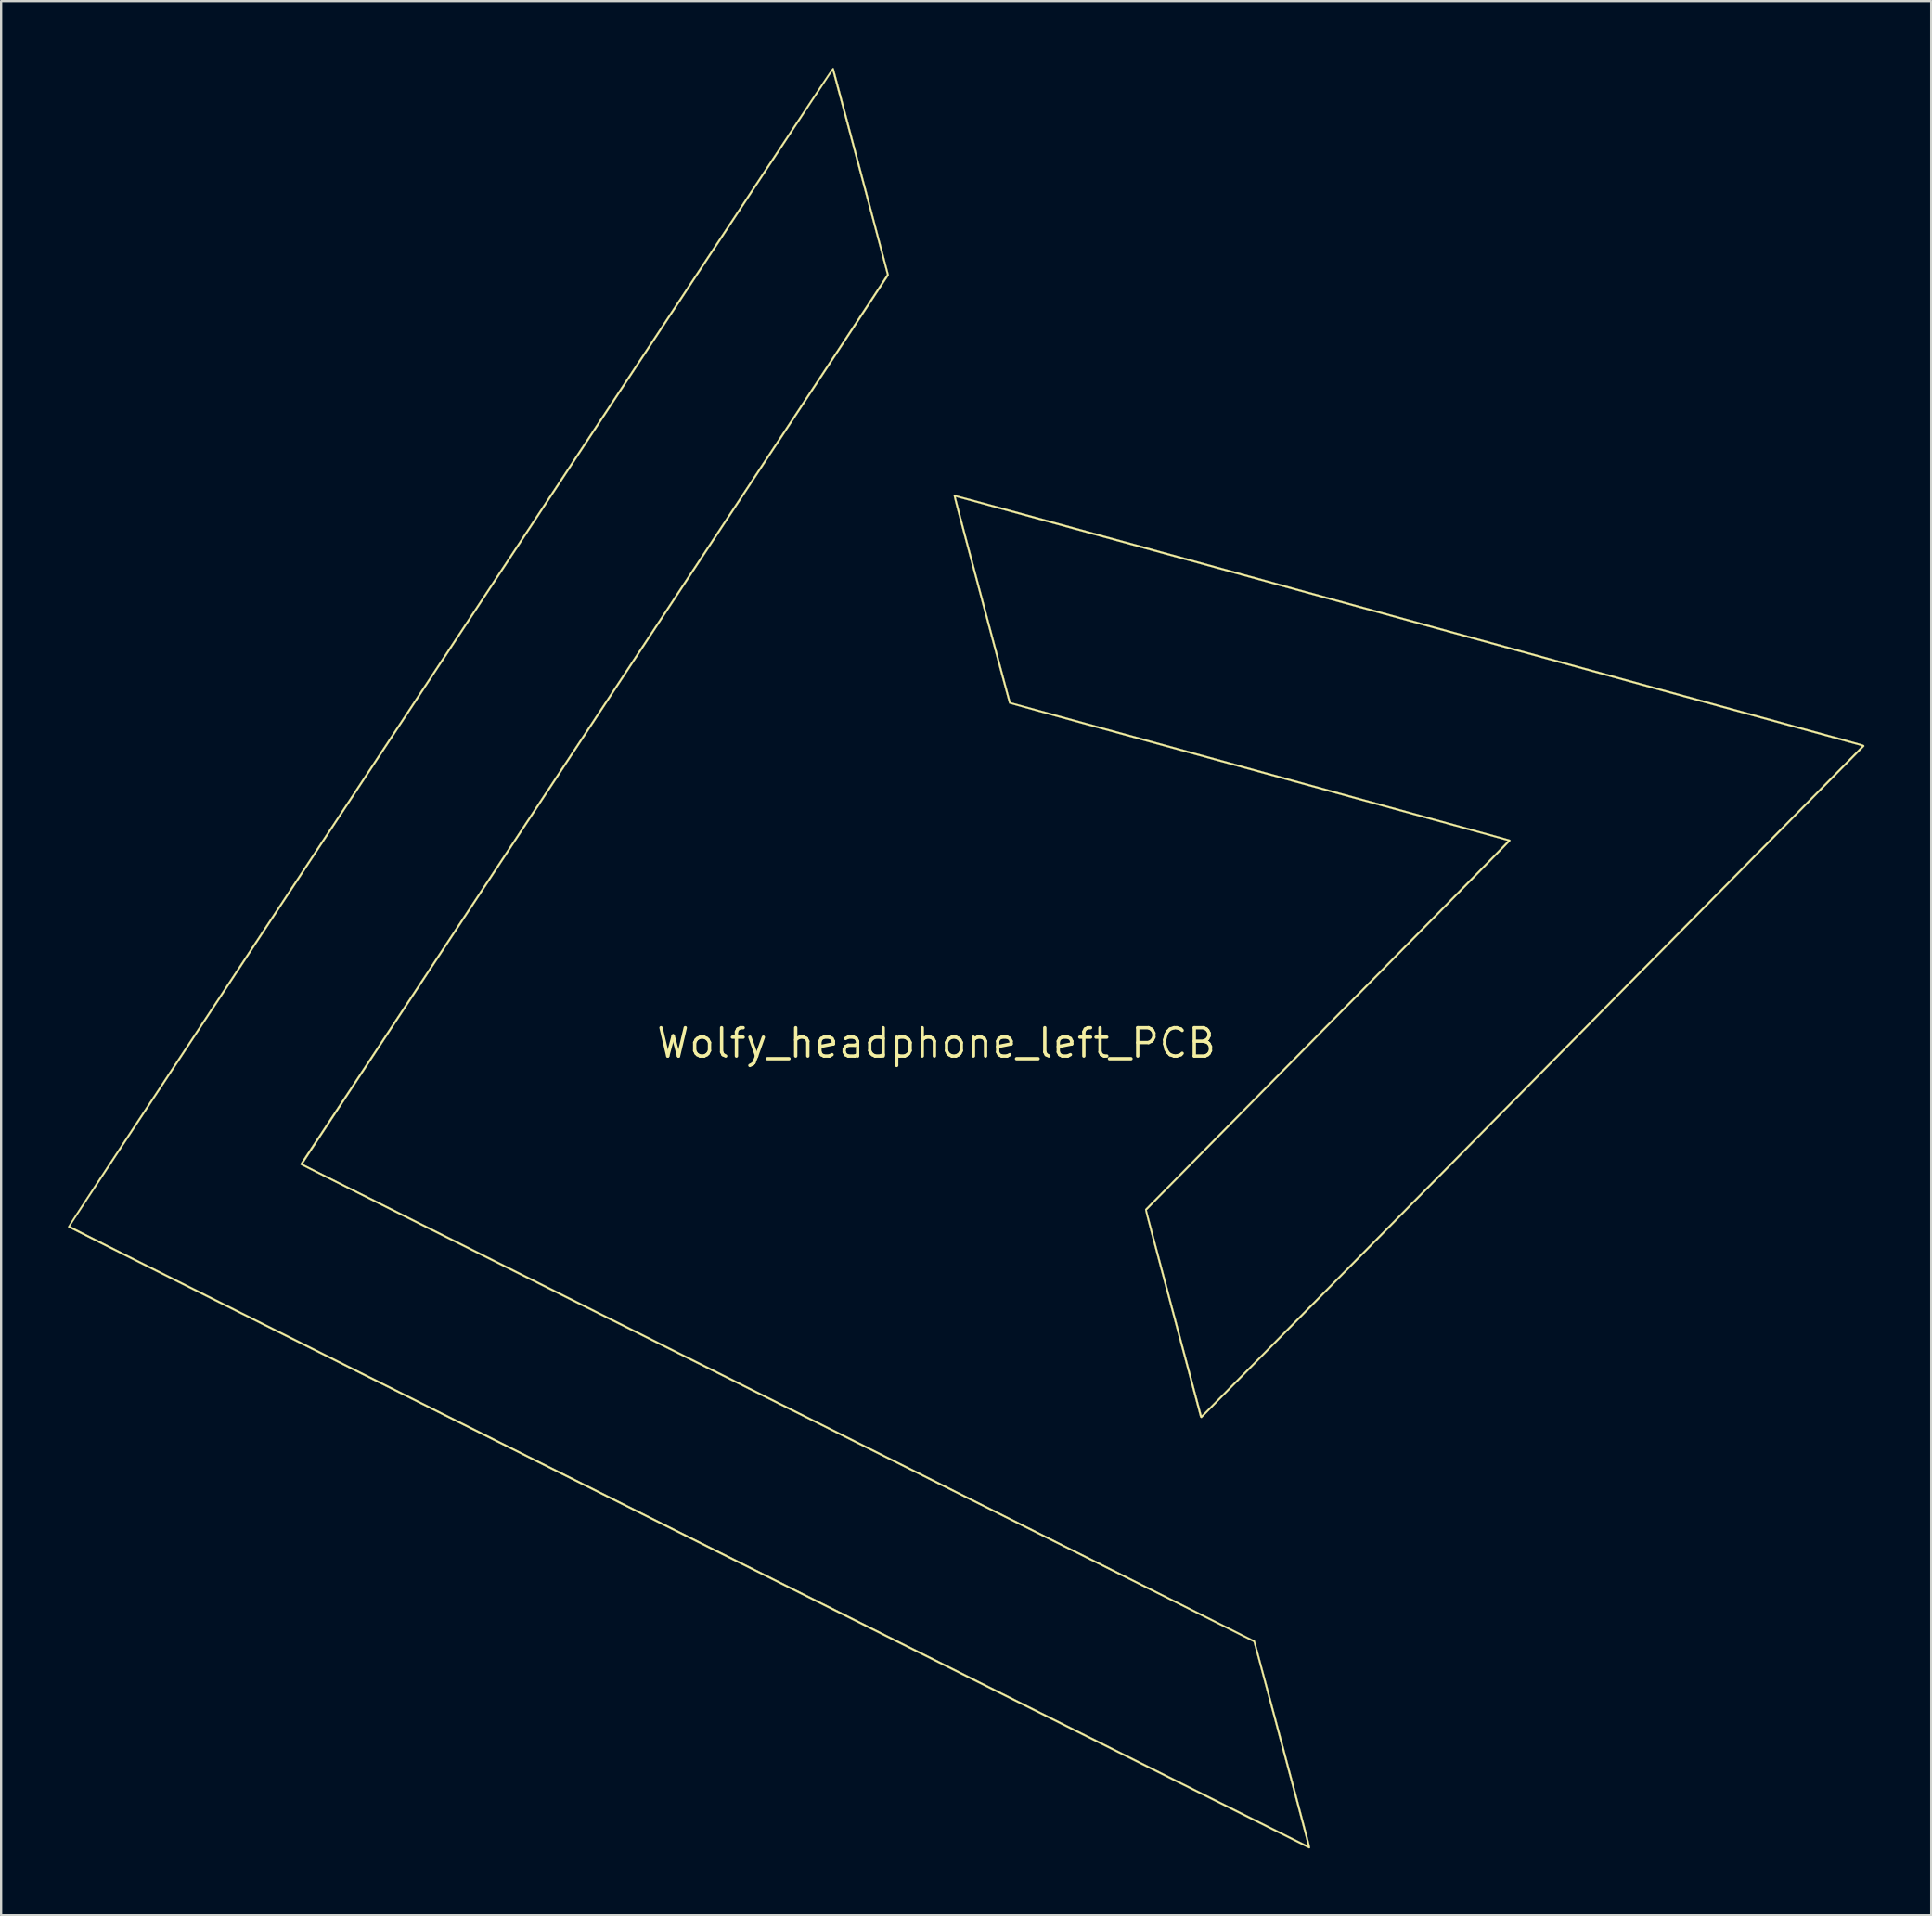
<source format=kicad_pcb>
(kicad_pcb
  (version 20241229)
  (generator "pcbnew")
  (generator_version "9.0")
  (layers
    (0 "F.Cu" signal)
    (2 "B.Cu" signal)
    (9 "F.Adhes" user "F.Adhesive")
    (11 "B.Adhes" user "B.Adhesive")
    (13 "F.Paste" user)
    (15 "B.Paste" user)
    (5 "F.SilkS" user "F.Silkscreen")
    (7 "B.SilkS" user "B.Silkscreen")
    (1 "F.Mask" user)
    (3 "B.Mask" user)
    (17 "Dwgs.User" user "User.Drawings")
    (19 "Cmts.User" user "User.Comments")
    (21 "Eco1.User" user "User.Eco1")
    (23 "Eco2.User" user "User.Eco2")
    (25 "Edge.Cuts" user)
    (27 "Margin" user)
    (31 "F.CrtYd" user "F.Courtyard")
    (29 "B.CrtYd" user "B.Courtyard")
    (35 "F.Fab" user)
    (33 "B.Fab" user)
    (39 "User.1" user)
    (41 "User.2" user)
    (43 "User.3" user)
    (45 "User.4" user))
  (footprint "Wolfy_headphone_left_PCB"
    (layer "F.Cu")
    (at 40.504 41.651)
    (property "Reference" "Wolfy_headphone_left_PCB" (at -1.5 2.15 0) (layer "F.SilkS") (effects (font (size 1.27 1.27) (thickness 0.15))))
    (attr through_hole)
    (fp_poly (pts (xy -0.703 -22.468) (xy -0.696 -22.467) (xy -0.686 -22.465) (xy -0.674 -22.463) (xy -0.658 -22.46) (xy -0.639 -22.456) (xy -0.616 -22.451) (xy -0.589 -22.444) (xy -0.557 -22.436) (xy -0.52 -22.427) (xy -0.478 -22.416) (xy -0.429 -22.404) (xy -0.375 -22.39) (xy -0.314 -22.373) (xy -0.246 -22.356) (xy -0.17 -22.335) (xy -0.087 -22.313) (xy 0.005 -22.289) (xy 0.104 -22.262) (xy 0.213 -22.233) (xy 0.331 -22.201) (xy 0.459 -22.166) (xy 0.597 -22.129) (xy 0.745 -22.088) (xy 0.904 -22.045) (xy 1.074 -21.999) (xy 1.256 -21.949) (xy 1.45 -21.896) (xy 1.656 -21.84) (xy 1.875 -21.78) (xy 2.107 -21.717) (xy 2.352 -21.649) (xy 2.611 -21.578) (xy 2.885 -21.503) (xy 3.173 -21.424) (xy 3.476 -21.341) (xy 3.795 -21.254) (xy 4.129 -21.162) (xy 4.48 -21.065) (xy 4.847 -20.965) (xy 5.231 -20.859) (xy 5.632 -20.749) (xy 6.051 -20.634) (xy 6.489 -20.513) (xy 6.944 -20.388) (xy 7.419 -20.258) (xy 7.913 -20.122) (xy 8.426 -19.981) (xy 8.959 -19.834) (xy 9.513 -19.682) (xy 10.087 -19.524) (xy 10.683 -19.36) (xy 11.3 -19.19) (xy 11.939 -19.014) (xy 12.601 -18.832) (xy 13.285 -18.644) (xy 13.992 -18.449) (xy 14.722 -18.248) (xy 15.477 -18.041) (xy 16.046 -17.884) (xy 16.875 -17.656) (xy 17.68 -17.435) (xy 18.461 -17.22) (xy 19.218 -17.011) (xy 19.953 -16.809) (xy 20.666 -16.613) (xy 21.356 -16.423) (xy 22.025 -16.239) (xy 22.673 -16.061) (xy 23.3 -15.888) (xy 23.907 -15.721) (xy 24.493 -15.56) (xy 25.061 -15.404) (xy 25.609 -15.253) (xy 26.138 -15.107) (xy 26.649 -14.967) (xy 27.142 -14.831) (xy 27.618 -14.7) (xy 28.077 -14.574) (xy 28.519 -14.452) (xy 28.945 -14.335) (xy 29.355 -14.222) (xy 29.75 -14.114) (xy 30.129 -14.009) (xy 30.494 -13.909) (xy 30.845 -13.812) (xy 31.183 -13.719) (xy 31.507 -13.63) (xy 31.818 -13.544) (xy 32.116 -13.462) (xy 32.403 -13.384) (xy 32.678 -13.308) (xy 32.941 -13.235) (xy 33.194 -13.166) (xy 33.436 -13.099) (xy 33.669 -13.035) (xy 33.891 -12.974) (xy 34.105 -12.915) (xy 34.31 -12.859) (xy 34.506 -12.805) (xy 34.694 -12.753) (xy 34.875 -12.703) (xy 35.049 -12.655) (xy 35.216 -12.609) (xy 35.377 -12.565) (xy 35.532 -12.522) (xy 35.682 -12.481) (xy 35.826 -12.442) (xy 35.966 -12.403) (xy 36.102 -12.366) (xy 36.234 -12.33) (xy 36.362 -12.294) (xy 36.488 -12.26) (xy 36.611 -12.226) (xy 36.731 -12.193) (xy 36.85 -12.16) (xy 36.968 -12.127) (xy 37.085 -12.095) (xy 37.201 -12.063) (xy 37.318 -12.031) (xy 37.434 -11.999) (xy 37.552 -11.967) (xy 37.67 -11.934) (xy 37.79 -11.901) (xy 37.912 -11.868) (xy 38.037 -11.834) (xy 38.124 -11.81) (xy 38.386 -11.737) (xy 38.625 -11.671) (xy 38.842 -11.612) (xy 39.038 -11.558) (xy 39.213 -11.509) (xy 39.369 -11.466) (xy 39.507 -11.427) (xy 39.629 -11.393) (xy 39.734 -11.363) (xy 39.825 -11.337) (xy 39.902 -11.315) (xy 39.967 -11.296) (xy 40.021 -11.28) (xy 40.063 -11.266) (xy 40.097 -11.255) (xy 40.123 -11.246) (xy 40.141 -11.238) (xy 40.153 -11.232) (xy 40.161 -11.227) (xy 40.165 -11.223) (xy 40.165 -11.223) (xy 40.173 -11.195) (xy 40.171 -11.178) (xy 40.162 -11.169) (xy 40.135 -11.142) (xy 40.091 -11.097) (xy 40.031 -11.035) (xy 39.954 -10.957) (xy 39.861 -10.863) (xy 39.752 -10.752) (xy 39.628 -10.626) (xy 39.489 -10.485) (xy 39.335 -10.329) (xy 39.167 -10.159) (xy 38.985 -9.974) (xy 38.79 -9.776) (xy 38.581 -9.564) (xy 38.36 -9.339) (xy 38.126 -9.102) (xy 37.88 -8.853) (xy 37.622 -8.591) (xy 37.353 -8.318) (xy 37.072 -8.034) (xy 36.781 -7.739) (xy 36.48 -7.433) (xy 36.169 -7.117) (xy 35.848 -6.792) (xy 35.518 -6.457) (xy 35.178 -6.113) (xy 34.831 -5.76) (xy 34.475 -5.399) (xy 34.111 -5.031) (xy 33.74 -4.654) (xy 33.361 -4.271) (xy 32.976 -3.88) (xy 32.585 -3.483) (xy 32.187 -3.08) (xy 31.784 -2.671) (xy 31.375 -2.256) (xy 30.961 -1.837) (xy 30.543 -1.413) (xy 30.12 -0.984) (xy 29.694 -0.552) (xy 29.264 -0.116) (xy 28.83 0.323) (xy 28.394 0.765) (xy 27.956 1.21) (xy 27.515 1.657) (xy 27.072 2.106) (xy 26.628 2.556) (xy 26.183 3.007) (xy 25.737 3.459) (xy 25.291 3.911) (xy 24.845 4.363) (xy 24.399 4.815) (xy 23.954 5.266) (xy 23.51 5.716) (xy 23.068 6.165) (xy 22.627 6.612) (xy 22.188 7.057) (xy 21.752 7.499) (xy 21.319 7.938) (xy 20.889 8.374) (xy 20.462 8.806) (xy 20.04 9.234) (xy 19.621 9.658) (xy 19.208 10.078) (xy 18.799 10.492) (xy 18.396 10.901) (xy 17.998 11.304) (xy 17.607 11.7) (xy 17.222 12.091) (xy 16.843 12.474) (xy 16.472 12.85) (xy 16.108 13.219) (xy 15.753 13.58) (xy 15.405 13.932) (xy 15.066 14.275) (xy 14.736 14.61) (xy 14.415 14.935) (xy 14.103 15.251) (xy 13.802 15.556) (xy 13.511 15.851) (xy 13.231 16.135) (xy 12.962 16.407) (xy 12.704 16.669) (xy 12.458 16.918) (xy 12.224 17.155) (xy 12.003 17.379) (xy 11.794 17.59) (xy 11.599 17.788) (xy 11.417 17.972) (xy 11.249 18.142) (xy 11.096 18.297) (xy 10.957 18.438) (xy 10.833 18.564) (xy 10.724 18.674) (xy 10.631 18.768) (xy 10.554 18.845) (xy 10.494 18.906) (xy 10.45 18.95) (xy 10.424 18.977) (xy 10.415 18.986) (xy 10.397 18.984) (xy 10.379 18.977) (xy 10.354 18.959) (xy 10.344 18.943) (xy 10.341 18.93) (xy 10.331 18.892) (xy 10.314 18.832) (xy 10.292 18.749) (xy 10.265 18.646) (xy 10.231 18.522) (xy 10.193 18.379) (xy 10.15 18.217) (xy 10.102 18.038) (xy 10.049 17.841) (xy 9.993 17.629) (xy 9.932 17.401) (xy 9.867 17.159) (xy 9.799 16.904) (xy 9.727 16.636) (xy 9.652 16.356) (xy 9.575 16.065) (xy 9.494 15.764) (xy 9.412 15.454) (xy 9.326 15.136) (xy 9.239 14.809) (xy 9.15 14.477) (xy 9.098 14.28) (xy 8.99 13.877) (xy 8.889 13.498) (xy 8.794 13.142) (xy 8.705 12.809) (xy 8.622 12.497) (xy 8.544 12.205) (xy 8.472 11.935) (xy 8.405 11.683) (xy 8.343 11.45) (xy 8.286 11.236) (xy 8.234 11.038) (xy 8.186 10.858) (xy 8.142 10.693) (xy 8.103 10.543) (xy 8.067 10.408) (xy 8.036 10.286) (xy 8.007 10.177) (xy 7.982 10.081) (xy 7.961 9.996) (xy 7.942 9.922) (xy 7.926 9.858) (xy 7.913 9.803) (xy 7.902 9.757) (xy 7.893 9.719) (xy 7.886 9.688) (xy 7.881 9.663) (xy 7.878 9.645) (xy 7.876 9.631) (xy 7.876 9.621) (xy 7.876 9.616) (xy 7.877 9.613) (xy 7.887 9.603) (xy 7.914 9.575) (xy 7.958 9.53) (xy 8.019 9.468) (xy 8.096 9.389) (xy 8.189 9.294) (xy 8.298 9.184) (xy 8.421 9.059) (xy 8.559 8.918) (xy 8.712 8.763) (xy 8.878 8.594) (xy 9.058 8.412) (xy 9.251 8.216) (xy 9.456 8.007) (xy 9.674 7.786) (xy 9.904 7.553) (xy 10.145 7.308) (xy 10.397 7.052) (xy 10.66 6.785) (xy 10.933 6.507) (xy 11.217 6.22) (xy 11.509 5.923) (xy 11.811 5.617) (xy 12.122 5.302) (xy 12.441 4.978) (xy 12.768 4.647) (xy 13.102 4.307) (xy 13.443 3.961) (xy 13.792 3.608) (xy 14.146 3.248) (xy 14.507 2.882) (xy 14.873 2.511) (xy 15.244 2.135) (xy 15.62 1.754) (xy 16 1.368) (xy 16.037 1.331) (xy 16.487 0.875) (xy 16.926 0.429) (xy 17.355 -0.006) (xy 17.773 -0.43) (xy 18.181 -0.843) (xy 18.577 -1.245) (xy 18.961 -1.636) (xy 19.334 -2.014) (xy 19.696 -2.381) (xy 20.044 -2.735) (xy 20.381 -3.077) (xy 20.705 -3.406) (xy 21.016 -3.722) (xy 21.314 -4.025) (xy 21.598 -4.314) (xy 21.869 -4.589) (xy 22.126 -4.851) (xy 22.369 -5.098) (xy 22.598 -5.33) (xy 22.812 -5.548) (xy 23.011 -5.752) (xy 23.196 -5.939) (xy 23.365 -6.112) (xy 23.518 -6.268) (xy 23.656 -6.409) (xy 23.778 -6.534) (xy 23.883 -6.642) (xy 23.972 -6.733) (xy 24.045 -6.808) (xy 24.1 -6.865) (xy 24.138 -6.905) (xy 24.159 -6.927) (xy 24.163 -6.932) (xy 24.15 -6.936) (xy 24.113 -6.946) (xy 24.053 -6.963) (xy 23.97 -6.986) (xy 23.866 -7.015) (xy 23.74 -7.05) (xy 23.594 -7.09) (xy 23.428 -7.136) (xy 23.242 -7.187) (xy 23.038 -7.243) (xy 22.816 -7.305) (xy 22.577 -7.371) (xy 22.321 -7.441) (xy 22.049 -7.516) (xy 21.761 -7.595) (xy 21.459 -7.679) (xy 21.143 -7.766) (xy 20.813 -7.856) (xy 20.471 -7.951) (xy 20.117 -8.048) (xy 19.751 -8.149) (xy 19.374 -8.253) (xy 18.987 -8.359) (xy 18.591 -8.468) (xy 18.186 -8.58) (xy 17.772 -8.693) (xy 17.351 -8.809) (xy 16.923 -8.927) (xy 16.489 -9.046) (xy 16.363 -9.081) (xy 15.898 -9.209) (xy 15.43 -9.338) (xy 14.957 -9.468) (xy 14.482 -9.598) (xy 14.006 -9.729) (xy 13.529 -9.86) (xy 13.053 -9.991) (xy 12.578 -10.122) (xy 12.107 -10.252) (xy 11.639 -10.38) (xy 11.177 -10.507) (xy 10.721 -10.633) (xy 10.272 -10.756) (xy 9.831 -10.877) (xy 9.4 -10.996) (xy 8.98 -11.112) (xy 8.571 -11.224) (xy 8.174 -11.333) (xy 7.792 -11.438) (xy 7.424 -11.539) (xy 7.072 -11.636) (xy 6.737 -11.728) (xy 6.421 -11.815) (xy 6.124 -11.897) (xy 5.847 -11.973) (xy 5.591 -12.044) (xy 5.358 -12.108) (xy 5.18 -12.156) (xy 4.893 -12.235) (xy 4.613 -12.313) (xy 4.339 -12.388) (xy 4.074 -12.461) (xy 3.818 -12.532) (xy 3.573 -12.6) (xy 3.339 -12.665) (xy 3.117 -12.726) (xy 2.908 -12.784) (xy 2.714 -12.839) (xy 2.534 -12.889) (xy 2.372 -12.934) (xy 2.226 -12.975) (xy 2.098 -13.011) (xy 1.99 -13.042) (xy 1.902 -13.067) (xy 1.835 -13.086) (xy 1.79 -13.099) (xy 1.769 -13.106) (xy 1.767 -13.107) (xy 1.762 -13.121) (xy 1.751 -13.158) (xy 1.735 -13.217) (xy 1.712 -13.299) (xy 1.684 -13.402) (xy 1.65 -13.526) (xy 1.611 -13.668) (xy 1.567 -13.83) (xy 1.519 -14.009) (xy 1.466 -14.205) (xy 1.408 -14.417) (xy 1.347 -14.645) (xy 1.282 -14.886) (xy 1.213 -15.142) (xy 1.141 -15.41) (xy 1.066 -15.689) (xy 0.988 -15.98) (xy 0.907 -16.281) (xy 0.824 -16.591) (xy 0.739 -16.91) (xy 0.652 -17.236) (xy 0.562 -17.569) (xy 0.506 -17.783) (xy 0.398 -18.185) (xy 0.297 -18.563) (xy 0.202 -18.918) (xy 0.113 -19.251) (xy 0.03 -19.562) (xy -0.047 -19.853) (xy -0.119 -20.123) (xy -0.186 -20.373) (xy -0.248 -20.605) (xy -0.305 -20.82) (xy -0.357 -21.016) (xy -0.405 -21.197) (xy -0.449 -21.361) (xy -0.488 -21.511) (xy -0.524 -21.646) (xy -0.556 -21.768) (xy -0.584 -21.877) (xy -0.609 -21.973) (xy -0.631 -22.059) (xy -0.65 -22.133) (xy -0.666 -22.198) (xy -0.68 -22.253) (xy -0.691 -22.3) (xy -0.7 -22.34) (xy -0.707 -22.372) (xy -0.709 -22.382) (xy -0.632 -22.382) (xy -0.63 -22.369) (xy -0.621 -22.333) (xy -0.606 -22.274) (xy -0.585 -22.194) (xy -0.559 -22.094) (xy -0.527 -21.974) (xy -0.491 -21.836) (xy -0.45 -21.68) (xy -0.405 -21.508) (xy -0.355 -21.322) (xy -0.302 -21.12) (xy -0.245 -20.906) (xy -0.185 -20.68) (xy -0.122 -20.442) (xy -0.056 -20.195) (xy 0.012 -19.938) (xy 0.083 -19.674) (xy 0.155 -19.402) (xy 0.229 -19.125) (xy 0.305 -18.843) (xy 0.381 -18.557) (xy 0.458 -18.268) (xy 0.536 -17.977) (xy 0.614 -17.686) (xy 0.692 -17.395) (xy 0.769 -17.105) (xy 0.846 -16.818) (xy 0.922 -16.534) (xy 0.997 -16.254) (xy 1.07 -15.98) (xy 1.142 -15.713) (xy 1.212 -15.453) (xy 1.28 -15.201) (xy 1.345 -14.959) (xy 1.407 -14.728) (xy 1.466 -14.509) (xy 1.522 -14.302) (xy 1.574 -14.109) (xy 1.622 -13.931) (xy 1.666 -13.768) (xy 1.705 -13.623) (xy 1.74 -13.495) (xy 1.77 -13.387) (xy 1.794 -13.298) (xy 1.813 -13.23) (xy 1.826 -13.184) (xy 1.833 -13.162) (xy 1.834 -13.159) (xy 1.847 -13.155) (xy 1.884 -13.145) (xy 1.943 -13.129) (xy 2.024 -13.107) (xy 2.125 -13.079) (xy 2.246 -13.045) (xy 2.386 -13.007) (xy 2.543 -12.964) (xy 2.717 -12.916) (xy 2.907 -12.864) (xy 3.111 -12.807) (xy 3.33 -12.747) (xy 3.561 -12.684) (xy 3.804 -12.617) (xy 4.058 -12.547) (xy 4.322 -12.475) (xy 4.594 -12.4) (xy 4.875 -12.323) (xy 5.163 -12.243) (xy 5.358 -12.19) (xy 6.286 -11.935) (xy 7.189 -11.687) (xy 8.068 -11.445) (xy 8.923 -11.21) (xy 9.753 -10.982) (xy 10.56 -10.76) (xy 11.342 -10.545) (xy 12.101 -10.336) (xy 12.836 -10.134) (xy 13.547 -9.939) (xy 14.234 -9.749) (xy 14.898 -9.567) (xy 15.538 -9.391) (xy 16.155 -9.221) (xy 16.749 -9.058) (xy 17.319 -8.9) (xy 17.866 -8.75) (xy 18.39 -8.605) (xy 18.891 -8.467) (xy 19.37 -8.336) (xy 19.825 -8.21) (xy 20.258 -8.091) (xy 20.668 -7.978) (xy 21.055 -7.871) (xy 21.42 -7.77) (xy 21.763 -7.676) (xy 22.083 -7.587) (xy 22.381 -7.505) (xy 22.657 -7.428) (xy 22.911 -7.358) (xy 23.143 -7.294) (xy 23.353 -7.236) (xy 23.541 -7.183) (xy 23.707 -7.137) (xy 23.852 -7.097) (xy 23.975 -7.062) (xy 24.077 -7.033) (xy 24.157 -7.011) (xy 24.216 -6.994) (xy 24.254 -6.983) (xy 24.271 -6.977) (xy 24.272 -6.977) (xy 24.278 -6.953) (xy 24.278 -6.935) (xy 24.269 -6.924) (xy 24.242 -6.896) (xy 24.198 -6.85) (xy 24.136 -6.786) (xy 24.058 -6.705) (xy 23.963 -6.607) (xy 23.851 -6.493) (xy 23.722 -6.361) (xy 23.577 -6.213) (xy 23.416 -6.049) (xy 23.24 -5.869) (xy 23.047 -5.673) (xy 22.839 -5.461) (xy 22.616 -5.234) (xy 22.378 -4.992) (xy 22.125 -4.734) (xy 21.857 -4.462) (xy 21.575 -4.175) (xy 21.278 -3.874) (xy 20.968 -3.558) (xy 20.643 -3.229) (xy 20.305 -2.885) (xy 19.953 -2.528) (xy 19.588 -2.158) (xy 19.21 -1.774) (xy 18.819 -1.377) (xy 18.416 -0.967) (xy 18 -0.545) (xy 17.571 -0.111) (xy 17.131 0.336) (xy 16.678 0.795) (xy 16.318 1.16) (xy 15.941 1.543) (xy 15.567 1.922) (xy 15.198 2.296) (xy 14.833 2.666) (xy 14.474 3.03) (xy 14.12 3.389) (xy 13.772 3.742) (xy 13.431 4.088) (xy 13.096 4.427) (xy 12.769 4.759) (xy 12.449 5.083) (xy 12.138 5.399) (xy 11.835 5.707) (xy 11.541 6.005) (xy 11.256 6.294) (xy 10.981 6.573) (xy 10.716 6.842) (xy 10.461 7.1) (xy 10.218 7.347) (xy 9.986 7.582) (xy 9.765 7.806) (xy 9.557 8.017) (xy 9.362 8.215) (xy 9.179 8.4) (xy 9.01 8.572) (xy 8.855 8.729) (xy 8.714 8.872) (xy 8.588 9) (xy 8.477 9.113) (xy 8.382 9.21) (xy 8.302 9.291) (xy 8.239 9.355) (xy 8.192 9.403) (xy 8.163 9.433) (xy 8.154 9.442) (xy 7.946 9.656) (xy 9.174 14.257) (xy 9.264 14.591) (xy 9.352 14.92) (xy 9.437 15.241) (xy 9.521 15.554) (xy 9.603 15.859) (xy 9.682 16.154) (xy 9.758 16.438) (xy 9.831 16.711) (xy 9.901 16.972) (xy 9.967 17.22) (xy 10.03 17.454) (xy 10.088 17.673) (xy 10.143 17.877) (xy 10.193 18.064) (xy 10.239 18.233) (xy 10.279 18.385) (xy 10.315 18.518) (xy 10.345 18.63) (xy 10.37 18.722) (xy 10.389 18.793) (xy 10.402 18.841) (xy 10.409 18.865) (xy 10.41 18.869) (xy 10.421 18.864) (xy 10.446 18.843) (xy 10.483 18.808) (xy 10.53 18.763) (xy 10.584 18.709) (xy 10.602 18.69) (xy 10.618 18.675) (xy 10.65 18.641) (xy 10.701 18.59) (xy 10.768 18.522) (xy 10.851 18.437) (xy 10.951 18.336) (xy 11.068 18.218) (xy 11.199 18.084) (xy 11.347 17.935) (xy 11.509 17.77) (xy 11.686 17.59) (xy 11.878 17.396) (xy 12.084 17.187) (xy 12.304 16.964) (xy 12.538 16.727) (xy 12.785 16.476) (xy 13.045 16.213) (xy 13.318 15.936) (xy 13.603 15.647) (xy 13.9 15.345) (xy 14.209 15.032) (xy 14.53 14.707) (xy 14.862 14.37) (xy 15.205 14.022) (xy 15.558 13.664) (xy 15.922 13.295) (xy 16.296 12.916) (xy 16.68 12.527) (xy 17.073 12.128) (xy 17.475 11.72) (xy 17.886 11.304) (xy 18.306 10.878) (xy 18.734 10.444) (xy 19.17 10.002) (xy 19.613 9.553) (xy 20.064 9.096) (xy 20.522 8.631) (xy 20.987 8.16) (xy 21.458 7.683) (xy 21.935 7.199) (xy 22.418 6.709) (xy 22.907 6.214) (xy 23.401 5.713) (xy 23.9 5.207) (xy 24.403 4.697) (xy 24.911 4.182) (xy 25.423 3.663) (xy 25.424 3.662) (xy 25.935 3.144) (xy 26.442 2.63) (xy 26.944 2.121) (xy 27.442 1.617) (xy 27.934 1.118) (xy 28.421 0.624) (xy 28.902 0.136) (xy 29.377 -0.345) (xy 29.846 -0.821) (xy 30.308 -1.289) (xy 30.763 -1.751) (xy 31.211 -2.205) (xy 31.652 -2.652) (xy 32.085 -3.091) (xy 32.509 -3.521) (xy 32.926 -3.943) (xy 33.333 -4.357) (xy 33.732 -4.761) (xy 34.121 -5.156) (xy 34.501 -5.541) (xy 34.871 -5.916) (xy 35.231 -6.281) (xy 35.58 -6.635) (xy 35.919 -6.978) (xy 36.246 -7.311) (xy 36.563 -7.631) (xy 36.867 -7.94) (xy 37.16 -8.237) (xy 37.44 -8.522) (xy 37.708 -8.793) (xy 37.964 -9.052) (xy 38.206 -9.298) (xy 38.434 -9.53) (xy 38.649 -9.748) (xy 38.85 -9.952) (xy 39.037 -10.141) (xy 39.209 -10.316) (xy 39.366 -10.475) (xy 39.509 -10.62) (xy 39.635 -10.748) (xy 39.746 -10.861) (xy 39.841 -10.957) (xy 39.919 -11.037) (xy 39.981 -11.1) (xy 40.026 -11.145) (xy 40.054 -11.174) (xy 40.064 -11.184) (xy 40.064 -11.184) (xy 40.054 -11.191) (xy 40.026 -11.202) (xy 39.983 -11.215) (xy 39.969 -11.219) (xy 39.953 -11.223) (xy 39.914 -11.234) (xy 39.85 -11.251) (xy 39.763 -11.275) (xy 39.654 -11.305) (xy 39.522 -11.342) (xy 39.368 -11.384) (xy 39.192 -11.432) (xy 38.995 -11.486) (xy 38.778 -11.546) (xy 38.539 -11.612) (xy 38.281 -11.683) (xy 38.003 -11.759) (xy 37.706 -11.841) (xy 37.39 -11.928) (xy 37.056 -12.02) (xy 36.704 -12.117) (xy 36.334 -12.219) (xy 35.947 -12.325) (xy 35.543 -12.436) (xy 35.123 -12.552) (xy 34.687 -12.672) (xy 34.235 -12.796) (xy 33.768 -12.924) (xy 33.286 -13.057) (xy 32.79 -13.193) (xy 32.28 -13.334) (xy 31.757 -13.478) (xy 31.22 -13.625) (xy 30.671 -13.777) (xy 30.109 -13.931) (xy 29.536 -14.089) (xy 28.951 -14.25) (xy 28.355 -14.414) (xy 27.748 -14.581) (xy 27.131 -14.751) (xy 26.504 -14.923) (xy 25.867 -15.098) (xy 25.222 -15.276) (xy 24.567 -15.456) (xy 23.905 -15.638) (xy 23.235 -15.823) (xy 22.557 -16.009) (xy 21.872 -16.198) (xy 21.181 -16.388) (xy 20.483 -16.58) (xy 19.779 -16.774) (xy 19.622 -16.817) (xy 18.918 -17.011) (xy 18.219 -17.203) (xy 17.527 -17.393) (xy 16.841 -17.582) (xy 16.163 -17.769) (xy 15.492 -17.953) (xy 14.829 -18.136) (xy 14.174 -18.316) (xy 13.527 -18.494) (xy 12.89 -18.669) (xy 12.262 -18.841) (xy 11.644 -19.011) (xy 11.036 -19.179) (xy 10.439 -19.343) (xy 9.854 -19.504) (xy 9.279 -19.662) (xy 8.717 -19.816) (xy 8.166 -19.968) (xy 7.629 -20.115) (xy 7.104 -20.26) (xy 6.593 -20.4) (xy 6.096 -20.537) (xy 5.614 -20.669) (xy 5.146 -20.798) (xy 4.693 -20.922) (xy 4.255 -21.042) (xy 3.834 -21.158) (xy 3.429 -21.269) (xy 3.04 -21.376) (xy 2.669 -21.478) (xy 2.315 -21.575) (xy 1.979 -21.667) (xy 1.662 -21.755) (xy 1.363 -21.836) (xy 1.083 -21.913) (xy 0.823 -21.984) (xy 0.583 -22.05) (xy 0.364 -22.111) (xy 0.165 -22.165) (xy -0.013 -22.214) (xy -0.17 -22.256) (xy -0.304 -22.293) (xy -0.416 -22.324) (xy -0.505 -22.348) (xy -0.571 -22.366) (xy -0.613 -22.377) (xy -0.632 -22.382) (xy -0.632 -22.382) (xy -0.709 -22.382) (xy -0.713 -22.398) (xy -0.716 -22.418) (xy -0.719 -22.434) (xy -0.72 -22.446) (xy -0.72 -22.454) (xy -0.719 -22.459) (xy -0.717 -22.463) (xy -0.715 -22.465) (xy -0.715 -22.466) (xy -0.714 -22.467) (xy -0.712 -22.467) (xy -0.708 -22.468) (xy -0.703 -22.468)) (stroke (width 0.01) (type solid)) (fill yes) (layer "F.SilkS"))
    (fp_poly (pts (xy -6.124 -41.638) (xy -6.113 -41.634) (xy -6.109 -41.621) (xy -6.098 -41.584) (xy -6.082 -41.526) (xy -6.061 -41.445) (xy -6.033 -41.345) (xy -6.001 -41.225) (xy -5.964 -41.086) (xy -5.922 -40.931) (xy -5.876 -40.759) (xy -5.825 -40.571) (xy -5.771 -40.37) (xy -5.714 -40.155) (xy -5.653 -39.928) (xy -5.589 -39.69) (xy -5.523 -39.442) (xy -5.454 -39.185) (xy -5.384 -38.92) (xy -5.311 -38.648) (xy -5.237 -38.369) (xy -5.161 -38.086) (xy -5.085 -37.799) (xy -5.007 -37.509) (xy -4.929 -37.218) (xy -4.851 -36.925) (xy -4.774 -36.633) (xy -4.696 -36.342) (xy -4.619 -36.053) (xy -4.543 -35.767) (xy -4.468 -35.486) (xy -4.395 -35.211) (xy -4.323 -34.941) (xy -4.254 -34.68) (xy -4.186 -34.426) (xy -4.121 -34.182) (xy -4.06 -33.949) (xy -4.001 -33.727) (xy -3.945 -33.518) (xy -3.893 -33.323) (xy -3.845 -33.142) (xy -3.802 -32.977) (xy -3.763 -32.828) (xy -3.728 -32.698) (xy -3.699 -32.586) (xy -3.675 -32.494) (xy -3.656 -32.423) (xy -3.644 -32.374) (xy -3.637 -32.347) (xy -3.636 -32.343) (xy -3.643 -32.332) (xy -3.664 -32.3) (xy -3.699 -32.247) (xy -3.746 -32.174) (xy -3.807 -32.082) (xy -3.881 -31.969) (xy -3.967 -31.838) (xy -4.066 -31.687) (xy -4.178 -31.518) (xy -4.301 -31.331) (xy -4.436 -31.126) (xy -4.583 -30.903) (xy -4.741 -30.663) (xy -4.91 -30.406) (xy -5.09 -30.132) (xy -5.281 -29.842) (xy -5.483 -29.536) (xy -5.695 -29.215) (xy -5.917 -28.878) (xy -6.149 -28.526) (xy -6.39 -28.16) (xy -6.641 -27.779) (xy -6.902 -27.384) (xy -7.171 -26.976) (xy -7.449 -26.554) (xy -7.735 -26.119) (xy -8.031 -25.672) (xy -8.334 -25.212) (xy -8.645 -24.74) (xy -8.964 -24.257) (xy -9.29 -23.762) (xy -9.624 -23.256) (xy -9.964 -22.739) (xy -10.312 -22.212) (xy -10.666 -21.675) (xy -11.027 -21.129) (xy -11.394 -20.572) (xy -11.767 -20.007) (xy -12.145 -19.433) (xy -12.53 -18.85) (xy -12.919 -18.26) (xy -13.314 -17.662) (xy -13.714 -17.056) (xy -14.118 -16.443) (xy -14.527 -15.823) (xy -14.94 -15.197) (xy -15.357 -14.565) (xy -15.778 -13.927) (xy -16.203 -13.283) (xy -16.631 -12.635) (xy -16.8 -12.378) (xy -17.229 -11.727) (xy -17.655 -11.082) (xy -18.078 -10.441) (xy -18.496 -9.807) (xy -18.911 -9.178) (xy -19.321 -8.556) (xy -19.728 -7.941) (xy -20.129 -7.332) (xy -20.526 -6.731) (xy -20.917 -6.137) (xy -21.304 -5.552) (xy -21.684 -4.975) (xy -22.06 -4.406) (xy -22.429 -3.846) (xy -22.792 -3.296) (xy -23.149 -2.755) (xy -23.499 -2.224) (xy -23.842 -1.704) (xy -24.179 -1.194) (xy -24.508 -0.694) (xy -24.83 -0.207) (xy -25.144 0.27) (xy -25.45 0.734) (xy -25.748 1.186) (xy -26.038 1.626) (xy -26.32 2.052) (xy -26.592 2.466) (xy -26.856 2.866) (xy -27.111 3.252) (xy -27.356 3.624) (xy -27.591 3.981) (xy -27.817 4.323) (xy -28.033 4.651) (xy -28.239 4.963) (xy -28.434 5.259) (xy -28.618 5.538) (xy -28.792 5.802) (xy -28.954 6.048) (xy -29.106 6.278) (xy -29.245 6.49) (xy -29.373 6.684) (xy -29.489 6.86) (xy -29.593 7.017) (xy -29.684 7.156) (xy -29.763 7.276) (xy -29.829 7.376) (xy -29.882 7.456) (xy -29.921 7.517) (xy -29.948 7.557) (xy -29.96 7.576) (xy -29.961 7.578) (xy -29.95 7.584) (xy -29.916 7.601) (xy -29.861 7.629) (xy -29.783 7.668) (xy -29.685 7.718) (xy -29.565 7.778) (xy -29.425 7.849) (xy -29.264 7.929) (xy -29.084 8.02) (xy -28.884 8.12) (xy -28.665 8.23) (xy -28.427 8.35) (xy -28.17 8.478) (xy -27.896 8.616) (xy -27.603 8.763) (xy -27.293 8.918) (xy -26.966 9.082) (xy -26.622 9.254) (xy -26.262 9.435) (xy -25.886 9.623) (xy -25.494 9.82) (xy -25.087 10.024) (xy -24.664 10.236) (xy -24.227 10.454) (xy -23.776 10.68) (xy -23.311 10.913) (xy -22.832 11.153) (xy -22.34 11.4) (xy -21.835 11.653) (xy -21.317 11.912) (xy -20.787 12.177) (xy -20.246 12.448) (xy -19.693 12.725) (xy -19.129 13.008) (xy -18.553 13.296) (xy -17.968 13.589) (xy -17.372 13.887) (xy -16.767 14.19) (xy -16.152 14.498) (xy -15.528 14.81) (xy -14.896 15.126) (xy -14.255 15.447) (xy -13.606 15.772) (xy -12.95 16.1) (xy -12.286 16.432) (xy -11.615 16.768) (xy -10.938 17.107) (xy -10.255 17.449) (xy -9.565 17.794) (xy -8.87 18.142) (xy -8.591 18.282) (xy -7.893 18.63) (xy -7.202 18.977) (xy -6.516 19.32) (xy -5.836 19.66) (xy -5.162 19.997) (xy -4.495 20.331) (xy -3.836 20.661) (xy -3.184 20.987) (xy -2.539 21.31) (xy -1.903 21.628) (xy -1.276 21.942) (xy -0.657 22.252) (xy -0.047 22.557) (xy 0.552 22.857) (xy 1.142 23.152) (xy 1.722 23.442) (xy 2.291 23.727) (xy 2.849 24.006) (xy 3.395 24.28) (xy 3.93 24.548) (xy 4.453 24.81) (xy 4.964 25.065) (xy 5.461 25.314) (xy 5.946 25.557) (xy 6.417 25.793) (xy 6.875 26.022) (xy 7.318 26.244) (xy 7.747 26.459) (xy 8.16 26.666) (xy 8.559 26.866) (xy 8.942 27.058) (xy 9.309 27.242) (xy 9.66 27.417) (xy 9.995 27.585) (xy 10.312 27.744) (xy 10.612 27.894) (xy 10.894 28.036) (xy 11.159 28.168) (xy 11.405 28.292) (xy 11.632 28.406) (xy 11.84 28.51) (xy 12.029 28.605) (xy 12.198 28.69) (xy 12.347 28.764) (xy 12.475 28.829) (xy 12.583 28.883) (xy 12.669 28.926) (xy 12.734 28.959) (xy 12.777 28.981) (xy 12.798 28.992) (xy 12.8 28.993) (xy 12.805 29.006) (xy 12.816 29.044) (xy 12.833 29.104) (xy 12.856 29.186) (xy 12.885 29.29) (xy 12.919 29.414) (xy 12.958 29.559) (xy 13.003 29.722) (xy 13.052 29.903) (xy 13.106 30.102) (xy 13.164 30.317) (xy 13.227 30.548) (xy 13.293 30.795) (xy 13.364 31.055) (xy 13.438 31.329) (xy 13.515 31.616) (xy 13.595 31.914) (xy 13.678 32.224) (xy 13.764 32.544) (xy 13.852 32.873) (xy 13.943 33.211) (xy 14.036 33.557) (xy 14.059 33.643) (xy 14.167 34.046) (xy 14.268 34.425) (xy 14.363 34.782) (xy 14.453 35.115) (xy 14.536 35.427) (xy 14.614 35.719) (xy 14.686 35.99) (xy 14.753 36.241) (xy 14.815 36.474) (xy 14.872 36.688) (xy 14.925 36.886) (xy 14.973 37.066) (xy 15.016 37.231) (xy 15.056 37.381) (xy 15.091 37.516) (xy 15.123 37.637) (xy 15.151 37.745) (xy 15.176 37.842) (xy 15.198 37.926) (xy 15.216 38) (xy 15.232 38.063) (xy 15.246 38.117) (xy 15.256 38.162) (xy 15.265 38.2) (xy 15.271 38.23) (xy 15.276 38.253) (xy 15.279 38.271) (xy 15.281 38.284) (xy 15.281 38.292) (xy 15.28 38.297) (xy 15.279 38.297) (xy 15.256 38.315) (xy 15.24 38.318) (xy 15.228 38.313) (xy 15.194 38.296) (xy 15.137 38.268) (xy 15.059 38.229) (xy 14.959 38.179) (xy 14.839 38.119) (xy 14.697 38.048) (xy 14.535 37.967) (xy 14.352 37.876) (xy 14.15 37.775) (xy 13.927 37.664) (xy 13.686 37.544) (xy 13.425 37.414) (xy 13.146 37.274) (xy 12.849 37.125) (xy 12.533 36.968) (xy 12.199 36.801) (xy 11.848 36.626) (xy 11.48 36.441) (xy 11.095 36.249) (xy 10.693 36.048) (xy 10.276 35.839) (xy 9.842 35.622) (xy 9.392 35.398) (xy 8.927 35.165) (xy 8.448 34.925) (xy 7.953 34.678) (xy 7.444 34.424) (xy 6.921 34.162) (xy 6.384 33.893) (xy 5.834 33.618) (xy 5.27 33.336) (xy 4.694 33.048) (xy 4.104 32.753) (xy 3.503 32.453) (xy 2.89 32.146) (xy 2.265 31.833) (xy 1.629 31.515) (xy 0.981 31.191) (xy 0.323 30.862) (xy -0.345 30.528) (xy -1.024 30.188) (xy -1.712 29.844) (xy -2.41 29.495) (xy -3.117 29.141) (xy -3.833 28.783) (xy -4.557 28.421) (xy -5.29 28.054) (xy -6.031 27.684) (xy -6.779 27.309) (xy -7.535 26.931) (xy -8.298 26.549) (xy -9.067 26.164) (xy -9.843 25.776) (xy -10.625 25.385) (xy -11.413 24.991) (xy -12.206 24.594) (xy -12.632 24.381) (xy -13.627 23.883) (xy -14.599 23.396) (xy -15.549 22.921) (xy -16.477 22.456) (xy -17.384 22.003) (xy -18.269 21.56) (xy -19.132 21.128) (xy -19.974 20.706) (xy -20.796 20.295) (xy -21.597 19.895) (xy -22.377 19.504) (xy -23.137 19.124) (xy -23.877 18.753) (xy -24.598 18.392) (xy -25.299 18.042) (xy -25.98 17.7) (xy -26.643 17.369) (xy -27.287 17.047) (xy -27.912 16.734) (xy -28.518 16.43) (xy -29.107 16.135) (xy -29.677 15.85) (xy -30.23 15.573) (xy -30.766 15.305) (xy -31.284 15.045) (xy -31.785 14.794) (xy -32.269 14.551) (xy -32.737 14.317) (xy -33.189 14.091) (xy -33.624 13.873) (xy -34.044 13.663) (xy -34.448 13.46) (xy -34.836 13.265) (xy -35.209 13.078) (xy -35.568 12.899) (xy -35.911 12.727) (xy -36.24 12.561) (xy -36.555 12.404) (xy -36.856 12.253) (xy -37.143 12.109) (xy -37.416 11.972) (xy -37.676 11.841) (xy -37.923 11.717) (xy -38.157 11.6) (xy -38.378 11.488) (xy -38.587 11.383) (xy -38.783 11.285) (xy -38.968 11.192) (xy -39.141 11.105) (xy -39.302 11.023) (xy -39.452 10.948) (xy -39.591 10.878) (xy -39.718 10.813) (xy -39.836 10.754) (xy -39.943 10.7) (xy -40.04 10.651) (xy -40.126 10.606) (xy -40.204 10.567) (xy -40.271 10.533) (xy -40.33 10.503) (xy -40.379 10.477) (xy -40.419 10.456) (xy -40.451 10.439) (xy -40.475 10.427) (xy -40.49 10.418) (xy -40.498 10.414) (xy -40.499 10.413) (xy -40.499 10.411) (xy -40.499 10.408) (xy -40.497 10.404) (xy -40.494 10.398) (xy -40.49 10.39) (xy -40.485 10.38) (xy -40.479 10.369) (xy -40.407 10.369) (xy -40.402 10.373) (xy -40.386 10.382) (xy -40.36 10.396) (xy -40.322 10.416) (xy -40.273 10.441) (xy -40.212 10.473) (xy -40.139 10.51) (xy -40.054 10.553) (xy -39.956 10.603) (xy -39.846 10.659) (xy -39.722 10.722) (xy -39.586 10.791) (xy -39.436 10.866) (xy -39.272 10.949) (xy -39.094 11.039) (xy -38.902 11.135) (xy -38.696 11.239) (xy -38.475 11.35) (xy -38.238 11.469) (xy -37.987 11.596) (xy -37.72 11.73) (xy -37.437 11.872) (xy -37.138 12.022) (xy -36.823 12.18) (xy -36.491 12.346) (xy -36.143 12.521) (xy -35.778 12.704) (xy -35.395 12.896) (xy -34.995 13.097) (xy -34.576 13.306) (xy -34.14 13.525) (xy -33.686 13.752) (xy -33.213 13.989) (xy -32.721 14.236) (xy -32.21 14.491) (xy -31.68 14.757) (xy -31.13 15.032) (xy -30.561 15.317) (xy -29.971 15.612) (xy -29.361 15.918) (xy -28.731 16.233) (xy -28.079 16.559) (xy -27.407 16.896) (xy -26.713 17.243) (xy -25.997 17.601) (xy -25.26 17.97) (xy -24.501 18.35) (xy -23.719 18.742) (xy -23.386 18.908) (xy -22.204 19.499) (xy -21.045 20.079) (xy -19.908 20.648) (xy -18.794 21.206) (xy -17.701 21.752) (xy -16.631 22.288) (xy -15.581 22.813) (xy -14.554 23.327) (xy -13.547 23.831) (xy -12.562 24.324) (xy -11.597 24.807) (xy -10.653 25.279) (xy -9.73 25.741) (xy -8.827 26.193) (xy -7.944 26.635) (xy -7.081 27.066) (xy -6.237 27.488) (xy -5.414 27.9) (xy -4.609 28.303) (xy -3.824 28.696) (xy -3.058 29.079) (xy -2.311 29.453) (xy -1.582 29.817) (xy -0.872 30.173) (xy -0.18 30.519) (xy 0.493 30.856) (xy 1.149 31.184) (xy 1.787 31.503) (xy 2.408 31.814) (xy 3.011 32.116) (xy 3.597 32.409) (xy 4.166 32.693) (xy 4.718 32.97) (xy 5.254 33.238) (xy 5.773 33.497) (xy 6.276 33.749) (xy 6.763 33.993) (xy 7.234 34.228) (xy 7.689 34.456) (xy 8.129 34.676) (xy 8.554 34.888) (xy 8.963 35.093) (xy 9.357 35.29) (xy 9.737 35.48) (xy 10.102 35.663) (xy 10.452 35.838) (xy 10.789 36.006) (xy 11.111 36.167) (xy 11.42 36.322) (xy 11.714 36.469) (xy 11.996 36.61) (xy 12.264 36.744) (xy 12.519 36.871) (xy 12.761 36.992) (xy 12.99 37.107) (xy 13.207 37.215) (xy 13.411 37.318) (xy 13.603 37.414) (xy 13.783 37.504) (xy 13.952 37.588) (xy 14.108 37.666) (xy 14.254 37.739) (xy 14.388 37.806) (xy 14.511 37.867) (xy 14.623 37.923) (xy 14.724 37.974) (xy 14.815 38.019) (xy 14.895 38.059) (xy 14.965 38.094) (xy 15.026 38.124) (xy 15.076 38.149) (xy 15.117 38.17) (xy 15.149 38.185) (xy 15.171 38.196) (xy 15.184 38.203) (xy 15.189 38.205) (xy 15.186 38.193) (xy 15.177 38.157) (xy 15.162 38.099) (xy 15.141 38.018) (xy 15.114 37.916) (xy 15.082 37.795) (xy 15.045 37.653) (xy 15.002 37.494) (xy 14.955 37.317) (xy 14.904 37.123) (xy 14.848 36.913) (xy 14.788 36.688) (xy 14.724 36.449) (xy 14.657 36.196) (xy 14.587 35.932) (xy 14.513 35.655) (xy 14.436 35.368) (xy 14.357 35.071) (xy 14.275 34.766) (xy 14.192 34.452) (xy 14.106 34.131) (xy 14.018 33.803) (xy 14.013 33.783) (xy 13.924 33.453) (xy 13.838 33.129) (xy 13.753 32.811) (xy 13.67 32.501) (xy 13.589 32.199) (xy 13.51 31.906) (xy 13.435 31.623) (xy 13.362 31.351) (xy 13.292 31.091) (xy 13.226 30.843) (xy 13.163 30.61) (xy 13.105 30.391) (xy 13.05 30.187) (xy 13 30) (xy 12.955 29.83) (xy 12.914 29.679) (xy 12.878 29.546) (xy 12.848 29.434) (xy 12.824 29.342) (xy 12.805 29.273) (xy 12.792 29.226) (xy 12.786 29.203) (xy 12.743 29.046) (xy -8.65 18.342) (xy -9.578 17.877) (xy -10.484 17.424) (xy -11.367 16.982) (xy -12.228 16.552) (xy -13.066 16.132) (xy -13.883 15.723) (xy -14.678 15.325) (xy -15.451 14.939) (xy -16.202 14.563) (xy -16.932 14.197) (xy -17.64 13.843) (xy -18.327 13.499) (xy -18.993 13.165) (xy -19.638 12.842) (xy -20.263 12.53) (xy -20.866 12.227) (xy -21.449 11.935) (xy -22.012 11.654) (xy -22.554 11.382) (xy -23.076 11.121) (xy -23.578 10.869) (xy -24.06 10.627) (xy -24.522 10.396) (xy -24.965 10.174) (xy -25.388 9.962) (xy -25.792 9.759) (xy -26.177 9.566) (xy -26.543 9.383) (xy -26.889 9.209) (xy -27.217 9.044) (xy -27.526 8.889) (xy -27.817 8.743) (xy -28.089 8.606) (xy -28.343 8.479) (xy -28.579 8.36) (xy -28.797 8.25) (xy -28.996 8.15) (xy -29.179 8.058) (xy -29.343 7.975) (xy -29.49 7.901) (xy -29.62 7.835) (xy -29.733 7.778) (xy -29.828 7.729) (xy -29.907 7.689) (xy -29.968 7.658) (xy -30.013 7.634) (xy -30.042 7.619) (xy -30.054 7.612) (xy -30.055 7.612) (xy -30.058 7.59) (xy -30.049 7.561) (xy -30.028 7.525) (xy -30.02 7.513) (xy -29.998 7.479) (xy -29.962 7.425) (xy -29.913 7.351) (xy -29.851 7.257) (xy -29.777 7.144) (xy -29.689 7.011) (xy -29.589 6.859) (xy -29.477 6.689) (xy -29.352 6.5) (xy -29.216 6.294) (xy -29.068 6.07) (xy -28.909 5.829) (xy -28.739 5.57) (xy -28.558 5.296) (xy -28.366 5.004) (xy -28.163 4.697) (xy -27.95 4.375) (xy -27.727 4.037) (xy -27.494 3.684) (xy -27.252 3.317) (xy -27 2.935) (xy -26.739 2.539) (xy -26.469 2.13) (xy -26.19 1.707) (xy -25.903 1.271) (xy -25.607 0.823) (xy -25.303 0.362) (xy -24.991 -0.11) (xy -24.671 -0.595) (xy -24.344 -1.09) (xy -24.01 -1.597) (xy -23.669 -2.114) (xy -23.321 -2.642) (xy -22.966 -3.18) (xy -22.605 -3.727) (xy -22.237 -4.284) (xy -21.864 -4.849) (xy -21.485 -5.424) (xy -21.1 -6.007) (xy -20.71 -6.598) (xy -20.315 -7.196) (xy -19.916 -7.802) (xy -19.511 -8.415) (xy -19.102 -9.035) (xy -18.689 -9.662) (xy -18.272 -10.294) (xy -17.851 -10.932) (xy -17.426 -11.575) (xy -16.998 -12.224) (xy -16.854 -12.442) (xy -16.425 -13.092) (xy -15.999 -13.737) (xy -15.577 -14.377) (xy -15.159 -15.011) (xy -14.745 -15.639) (xy -14.335 -16.26) (xy -13.929 -16.875) (xy -13.528 -17.483) (xy -13.132 -18.084) (xy -12.741 -18.677) (xy -12.355 -19.262) (xy -11.974 -19.839) (xy -11.6 -20.407) (xy -11.231 -20.966) (xy -10.868 -21.516) (xy -10.512 -22.056) (xy -10.162 -22.587) (xy -9.819 -23.107) (xy -9.483 -23.616) (xy -9.154 -24.115) (xy -8.833 -24.602) (xy -8.519 -25.078) (xy -8.214 -25.542) (xy -7.916 -25.993) (xy -7.627 -26.432) (xy -7.346 -26.858) (xy -7.074 -27.271) (xy -6.81 -27.671) (xy -6.556 -28.056) (xy -6.312 -28.428) (xy -6.076 -28.784) (xy -5.851 -29.126) (xy -5.636 -29.453) (xy -5.431 -29.764) (xy -5.236 -30.06) (xy -5.053 -30.339) (xy -4.88 -30.602) (xy -4.718 -30.848) (xy -4.567 -31.076) (xy -4.428 -31.288) (xy -4.301 -31.481) (xy -4.186 -31.656) (xy -4.083 -31.813) (xy -3.992 -31.951) (xy -3.914 -32.07) (xy -3.849 -32.17) (xy -3.796 -32.25) (xy -3.757 -32.309) (xy -3.732 -32.349) (xy -3.72 -32.367) (xy -3.719 -32.369) (xy -3.723 -32.382) (xy -3.732 -32.419) (xy -3.748 -32.479) (xy -3.769 -32.56) (xy -3.796 -32.661) (xy -3.828 -32.781) (xy -3.865 -32.92) (xy -3.907 -33.076) (xy -3.952 -33.248) (xy -4.002 -33.435) (xy -4.056 -33.637) (xy -4.113 -33.851) (xy -4.174 -34.078) (xy -4.237 -34.315) (xy -4.303 -34.563) (xy -4.371 -34.819) (xy -4.442 -35.083) (xy -4.514 -35.355) (xy -4.588 -35.631) (xy -4.664 -35.913) (xy -4.74 -36.198) (xy -4.817 -36.486) (xy -4.894 -36.776) (xy -4.972 -37.066) (xy -5.049 -37.356) (xy -5.126 -37.645) (xy -5.203 -37.931) (xy -5.278 -38.213) (xy -5.353 -38.491) (xy -5.425 -38.763) (xy -5.496 -39.028) (xy -5.565 -39.286) (xy -5.632 -39.535) (xy -5.696 -39.774) (xy -5.757 -40.003) (xy -5.815 -40.219) (xy -5.87 -40.423) (xy -5.921 -40.612) (xy -5.968 -40.787) (xy -6.01 -40.946) (xy -6.048 -41.087) (xy -6.082 -41.211) (xy -6.11 -41.316) (xy -6.132 -41.4) (xy -6.15 -41.463) (xy -6.161 -41.504) (xy -6.166 -41.521) (xy -6.166 -41.522) (xy -6.173 -41.511) (xy -6.194 -41.48) (xy -6.228 -41.428) (xy -6.276 -41.356) (xy -6.337 -41.265) (xy -6.41 -41.154) (xy -6.496 -41.023) (xy -6.595 -40.874) (xy -6.705 -40.707) (xy -6.828 -40.521) (xy -6.962 -40.318) (xy -7.108 -40.098) (xy -7.265 -39.86) (xy -7.433 -39.606) (xy -7.611 -39.335) (xy -7.801 -39.049) (xy -8 -38.747) (xy -8.21 -38.429) (xy -8.429 -38.097) (xy -8.658 -37.75) (xy -8.896 -37.389) (xy -9.144 -37.015) (xy -9.4 -36.626) (xy -9.665 -36.225) (xy -9.939 -35.81) (xy -10.22 -35.384) (xy -10.51 -34.945) (xy -10.808 -34.494) (xy -11.113 -34.032) (xy -11.425 -33.559) (xy -11.744 -33.075) (xy -12.07 -32.581) (xy -12.403 -32.077) (xy -12.742 -31.563) (xy -13.087 -31.04) (xy -13.439 -30.508) (xy -13.796 -29.967) (xy -14.158 -29.418) (xy -14.525 -28.862) (xy -14.898 -28.297) (xy -15.275 -27.726) (xy -15.657 -27.147) (xy -16.043 -26.562) (xy -16.433 -25.971) (xy -16.827 -25.374) (xy -17.224 -24.772) (xy -17.625 -24.164) (xy -18.029 -23.552) (xy -18.436 -22.935) (xy -18.846 -22.315) (xy -19.258 -21.69) (xy -19.672 -21.062) (xy -20.089 -20.431) (xy -20.507 -19.798) (xy -20.926 -19.162) (xy -21.347 -18.525) (xy -21.769 -17.885) (xy -22.192 -17.245) (xy -22.615 -16.603) (xy -23.039 -15.961) (xy -23.462 -15.319) (xy -23.886 -14.677) (xy -24.31 -14.035) (xy -24.732 -13.394) (xy -25.154 -12.755) (xy -25.575 -12.117) (xy -25.995 -11.48) (xy -26.413 -10.846) (xy -26.83 -10.215) (xy -27.245 -9.587) (xy -27.657 -8.961) (xy -28.067 -8.34) (xy -28.475 -7.723) (xy -28.879 -7.109) (xy -29.281 -6.501) (xy -29.679 -5.897) (xy -30.073 -5.299) (xy -30.464 -4.707) (xy -30.851 -4.121) (xy -31.233 -3.541) (xy -31.611 -2.968) (xy -31.985 -2.402) (xy -32.353 -1.844) (xy -32.716 -1.293) (xy -33.074 -0.751) (xy -33.426 -0.217) (xy -33.772 0.308) (xy -34.113 0.823) (xy -34.447 1.329) (xy -34.774 1.826) (xy -35.094 2.311) (xy -35.408 2.787) (xy -35.714 3.251) (xy -36.013 3.704) (xy -36.304 4.145) (xy -36.587 4.574) (xy -36.862 4.991) (xy -37.128 5.395) (xy -37.386 5.786) (xy -37.635 6.164) (xy -37.875 6.527) (xy -38.106 6.877) (xy -38.327 7.212) (xy -38.538 7.533) (xy -38.739 7.838) (xy -38.93 8.127) (xy -39.11 8.401) (xy -39.28 8.658) (xy -39.439 8.899) (xy -39.587 9.123) (xy -39.723 9.33) (xy -39.847 9.519) (xy -39.96 9.69) (xy -40.061 9.843) (xy -40.149 9.977) (xy -40.225 10.092) (xy -40.287 10.187) (xy -40.337 10.263) (xy -40.374 10.319) (xy -40.397 10.354) (xy -40.406 10.369) (xy -40.407 10.369) (xy -40.479 10.369) (xy -40.477 10.367) (xy -40.468 10.352) (xy -40.457 10.334) (xy -40.444 10.312) (xy -40.429 10.288) (xy -40.411 10.259) (xy -40.391 10.227) (xy -40.367 10.19) (xy -40.341 10.149) (xy -40.312 10.103) (xy -40.279 10.053) (xy -40.244 9.997) (xy -40.204 9.936) (xy -40.161 9.869) (xy -40.114 9.796) (xy -40.062 9.718) (xy -40.007 9.632) (xy -39.947 9.54) (xy -39.882 9.442) (xy -39.813 9.336) (xy -39.739 9.223) (xy -39.66 9.102) (xy -39.576 8.973) (xy -39.486 8.836) (xy -39.391 8.691) (xy -39.29 8.537) (xy -39.183 8.375) (xy -39.07 8.203) (xy -38.951 8.022) (xy -38.826 7.831) (xy -38.694 7.63) (xy -38.555 7.42) (xy -38.41 7.199) (xy -38.257 6.967) (xy -38.098 6.725) (xy -37.931 6.472) (xy -37.757 6.207) (xy -37.575 5.93) (xy -37.385 5.642) (xy -37.187 5.342) (xy -36.981 5.03) (xy -36.767 4.705) (xy -36.544 4.367) (xy -36.313 4.016) (xy -36.073 3.652) (xy -35.824 3.274) (xy -35.566 2.882) (xy -35.298 2.477) (xy -35.021 2.057) (xy -34.735 1.623) (xy -34.439 1.173) (xy -34.133 0.709) (xy -33.816 0.23) (xy -33.49 -0.265) (xy -33.153 -0.776) (xy -32.806 -1.302) (xy -32.448 -1.845) (xy -32.079 -2.405) (xy -31.698 -2.981) (xy -31.307 -3.574) (xy -30.904 -4.185) (xy -30.49 -4.813) (xy -30.064 -5.458) (xy -29.626 -6.122) (xy -29.177 -6.804) (xy -28.714 -7.504) (xy -28.24 -8.223) (xy -27.753 -8.961) (xy -27.254 -9.718) (xy -26.741 -10.495) (xy -26.216 -11.291) (xy -25.677 -12.108) (xy -25.125 -12.944) (xy -24.56 -13.801) (xy -23.981 -14.679) (xy -23.388 -15.577) (xy -23.349 -15.637) (xy -22.755 -16.536) (xy -22.175 -17.415) (xy -21.609 -18.273) (xy -21.057 -19.11) (xy -20.517 -19.928) (xy -19.991 -20.725) (xy -19.478 -21.503) (xy -18.978 -22.261) (xy -18.49 -23) (xy -18.015 -23.72) (xy -17.553 -24.421) (xy -17.102 -25.103) (xy -16.664 -25.768) (xy -16.237 -26.414) (xy -15.822 -27.043) (xy -15.419 -27.654) (xy -15.027 -28.248) (xy -14.646 -28.825) (xy -14.276 -29.385) (xy -13.918 -29.929) (xy -13.57 -30.456) (xy -13.232 -30.968) (xy -12.905 -31.463) (xy -12.588 -31.943) (xy -12.281 -32.408) (xy -11.985 -32.858) (xy -11.697 -33.293) (xy -11.42 -33.713) (xy -11.152 -34.119) (xy -10.893 -34.511) (xy -10.643 -34.889) (xy -10.402 -35.254) (xy -10.17 -35.605) (xy -9.947 -35.944) (xy -9.732 -36.269) (xy -9.525 -36.582) (xy -9.327 -36.883) (xy -9.136 -37.171) (xy -8.953 -37.448) (xy -8.778 -37.713) (xy -8.61 -37.966) (xy -8.45 -38.209) (xy -8.296 -38.441) (xy -8.15 -38.662) (xy -8.01 -38.873) (xy -7.878 -39.073) (xy -7.751 -39.264) (xy -7.631 -39.446) (xy -7.517 -39.617) (xy -7.409 -39.78) (xy -7.307 -39.934) (xy -7.211 -40.079) (xy -7.12 -40.216) (xy -7.035 -40.345) (xy -6.954 -40.466) (xy -6.879 -40.579) (xy -6.809 -40.685) (xy -6.743 -40.783) (xy -6.682 -40.875) (xy -6.625 -40.96) (xy -6.572 -41.039) (xy -6.524 -41.111) (xy -6.479 -41.178) (xy -6.438 -41.239) (xy -6.401 -41.294) (xy -6.367 -41.344) (xy -6.336 -41.39) (xy -6.308 -41.43) (xy -6.283 -41.467) (xy -6.261 -41.499) (xy -6.242 -41.527) (xy -6.224 -41.551) (xy -6.21 -41.572) (xy -6.197 -41.59) (xy -6.186 -41.604) (xy -6.177 -41.617) (xy -6.169 -41.626) (xy -6.163 -41.634) (xy -6.159 -41.639) (xy -6.155 -41.643) (xy -6.152 -41.645) (xy -6.15 -41.646) (xy -6.149 -41.646) (xy -6.124 -41.638)) (stroke (width 0.01) (type solid)) (fill yes) (layer "F.SilkS")))
  (gr_rect
    (start -3 -3)
    (end 83.682 82.974)
    (stroke (width 0.1) (type default))
    (fill no)
    (layer "Edge.Cuts")))
</source>
